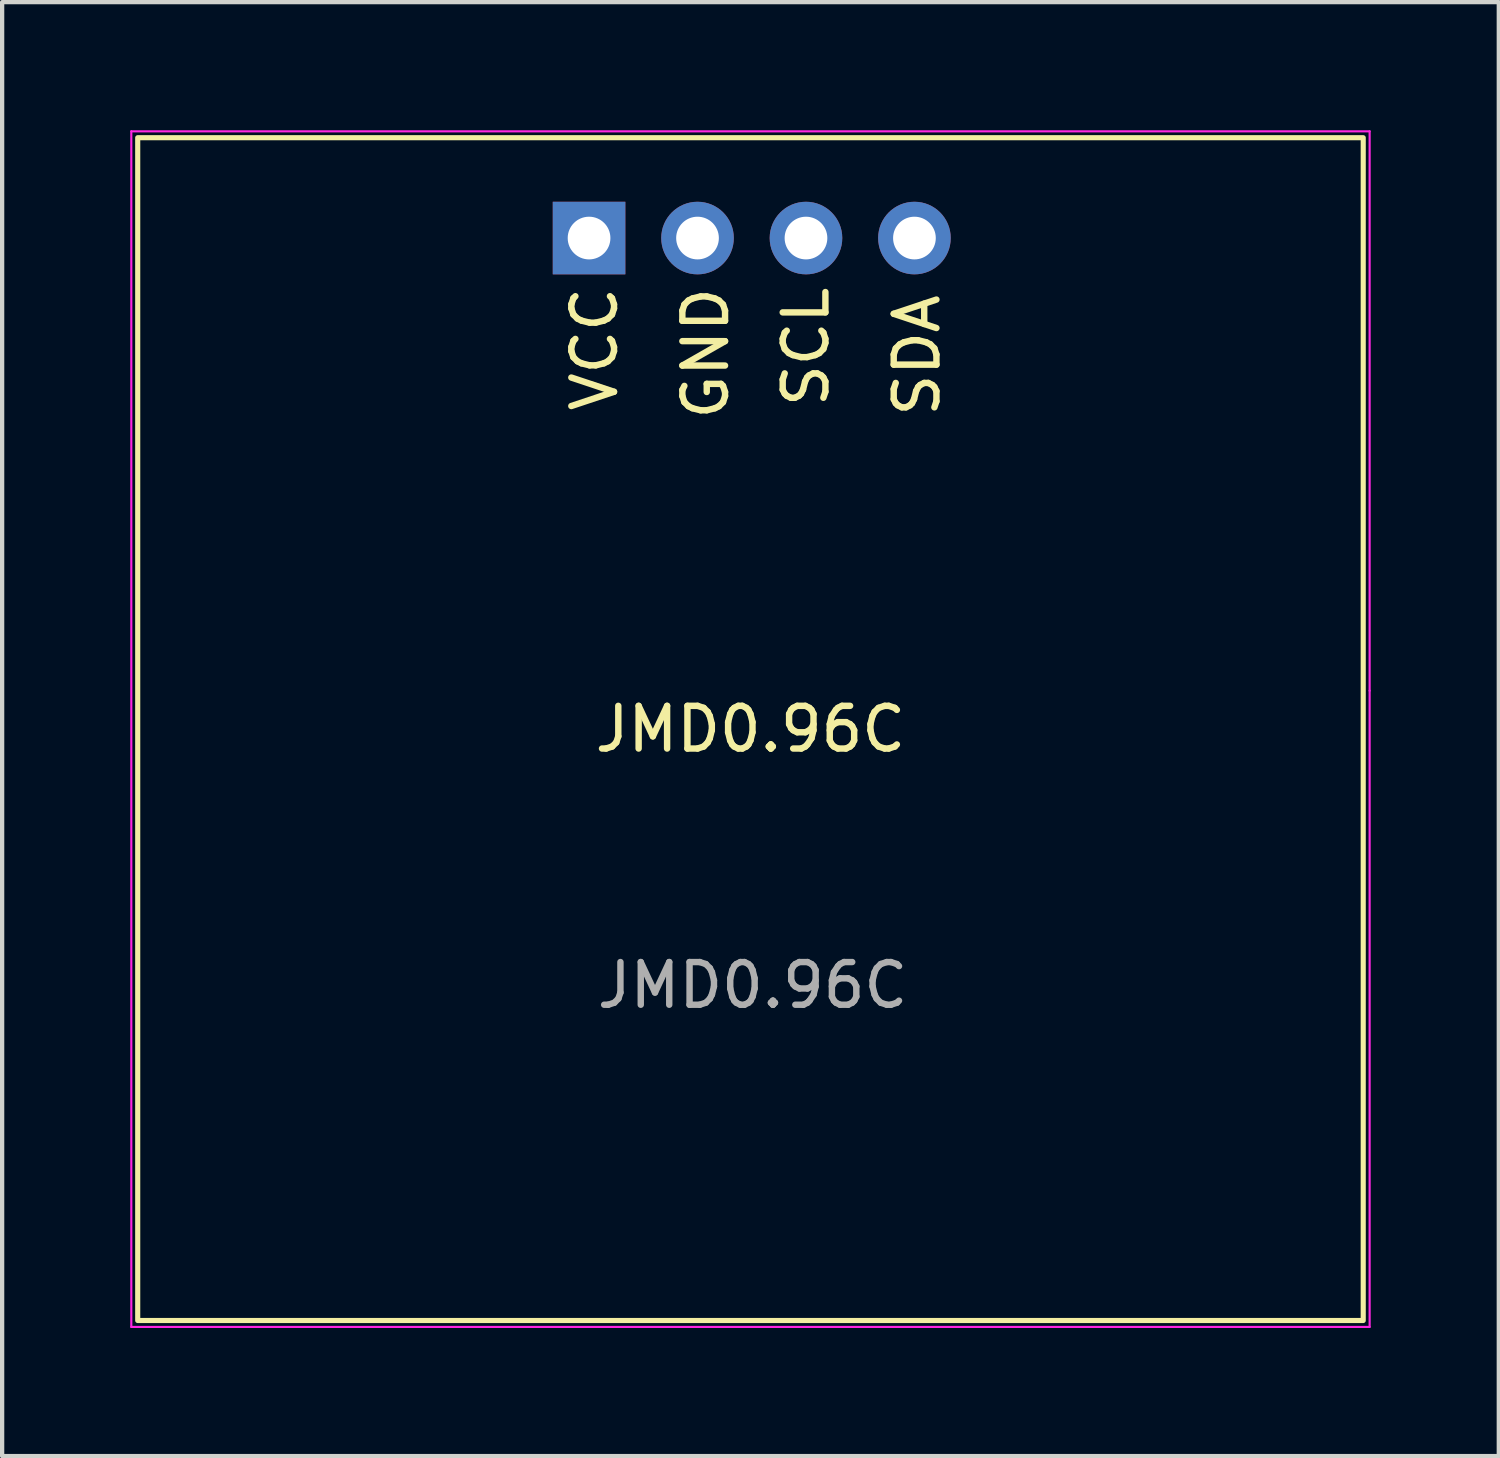
<source format=kicad_pcb>
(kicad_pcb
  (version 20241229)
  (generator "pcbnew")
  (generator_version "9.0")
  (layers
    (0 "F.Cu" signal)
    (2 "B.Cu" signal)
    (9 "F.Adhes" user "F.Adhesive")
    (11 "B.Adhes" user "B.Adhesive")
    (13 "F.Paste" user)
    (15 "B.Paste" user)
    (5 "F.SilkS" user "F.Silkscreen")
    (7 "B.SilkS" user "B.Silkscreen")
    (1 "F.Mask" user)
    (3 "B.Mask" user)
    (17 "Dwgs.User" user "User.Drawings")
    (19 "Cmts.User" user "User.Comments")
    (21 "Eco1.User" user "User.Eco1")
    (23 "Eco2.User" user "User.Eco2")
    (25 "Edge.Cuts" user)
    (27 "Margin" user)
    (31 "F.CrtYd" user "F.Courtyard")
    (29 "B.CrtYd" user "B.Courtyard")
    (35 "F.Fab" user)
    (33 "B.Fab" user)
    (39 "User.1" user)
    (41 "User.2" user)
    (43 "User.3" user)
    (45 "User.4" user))
  (footprint "JMD0.96C"
    (layer "F.Cu")
    (at 14.525 14.025)
    (property "Reference" "JMD0.96C" (at 0 0 0) (unlocked yes) (layer "F.SilkS") (effects (font (size 1 1) (thickness 0.15))))
    (attr through_hole)
    (fp_rect (start -14.35 -13.85) (end 14.35 13.85) (stroke (width 0.12) (type solid)) (fill no) (layer "F.SilkS"))
    (fp_line (start -14.5 14) (end -14.5 -14) (stroke (width 0.05) (type solid)) (layer "F.CrtYd"))
    (fp_line (start -14.5 14) (end 14.5 14) (stroke (width 0.05) (type solid)) (layer "F.CrtYd"))
    (fp_line (start 14.5 -14) (end -14.5 -14) (stroke (width 0.05) (type solid)) (layer "F.CrtYd"))
    (fp_line (start 14.5 -0.9) (end 14.5 -0.9) (stroke (width 0.05) (type solid)) (layer "F.CrtYd"))
    (fp_line (start 14.5 14) (end 14.5 -14) (stroke (width 0.05) (type solid)) (layer "F.CrtYd"))
    (fp_text user "SDA" (at 3.9 -8.75 90) (unlocked yes) (layer "F.SilkS") (effects (font (size 1 1) (thickness 0.15))))
    (fp_text user "GND" (at -1.05 -8.8 90) (unlocked yes) (layer "F.SilkS") (effects (font (size 1 1) (thickness 0.15))))
    (fp_text user "SCL" (at 1.3 -8.95 90) (unlocked yes) (layer "F.SilkS") (effects (font (size 1 1) (thickness 0.15))))
    (fp_text user "VCC" (at -3.65 -8.9 90) (unlocked yes) (layer "F.SilkS") (effects (font (size 1 1) (thickness 0.15))))
    (fp_text user "${REFERENCE}" (at 0.05 6 0) (unlocked yes) (layer "F.Fab") (effects (font (size 1 1) (thickness 0.15))))
    (pad "1" thru_hole rect (at -3.78 -11.5 90) (size 1.7 1.7) (drill 1) (layers "*.Cu" "*.Mask"))
    (pad "2" thru_hole oval (at -1.24 -11.5 90) (size 1.7 1.7) (drill 1) (layers "*.Cu" "*.Mask"))
    (pad "3" thru_hole oval (at 1.3 -11.5 90) (size 1.7 1.7) (drill 1) (layers "*.Cu" "*.Mask"))
    (pad "4" thru_hole oval (at 3.84 -11.5 90) (size 1.7 1.7) (drill 1) (layers "*.Cu" "*.Mask")))
  (gr_rect
    (start -3 -3)
    (end 32.05 31.05)
    (stroke (width 0.1) (type default))
    (fill no)
    (layer "Edge.Cuts")))
</source>
